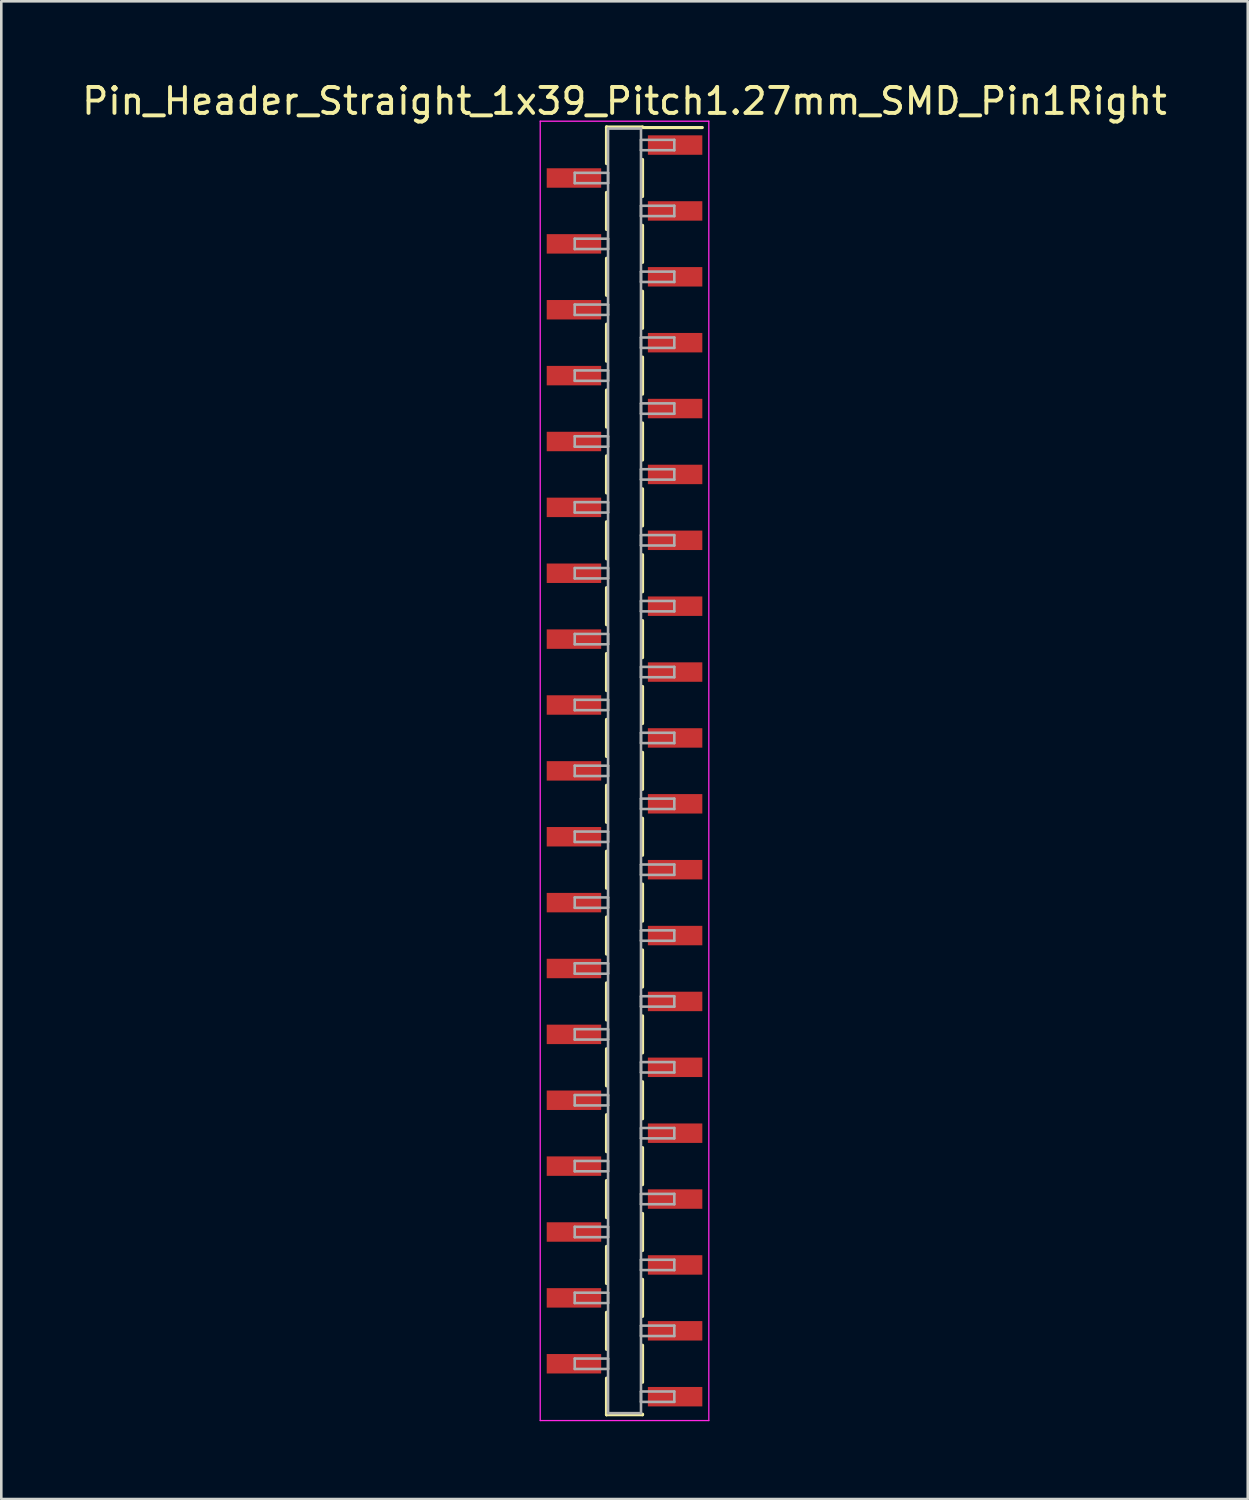
<source format=kicad_pcb>
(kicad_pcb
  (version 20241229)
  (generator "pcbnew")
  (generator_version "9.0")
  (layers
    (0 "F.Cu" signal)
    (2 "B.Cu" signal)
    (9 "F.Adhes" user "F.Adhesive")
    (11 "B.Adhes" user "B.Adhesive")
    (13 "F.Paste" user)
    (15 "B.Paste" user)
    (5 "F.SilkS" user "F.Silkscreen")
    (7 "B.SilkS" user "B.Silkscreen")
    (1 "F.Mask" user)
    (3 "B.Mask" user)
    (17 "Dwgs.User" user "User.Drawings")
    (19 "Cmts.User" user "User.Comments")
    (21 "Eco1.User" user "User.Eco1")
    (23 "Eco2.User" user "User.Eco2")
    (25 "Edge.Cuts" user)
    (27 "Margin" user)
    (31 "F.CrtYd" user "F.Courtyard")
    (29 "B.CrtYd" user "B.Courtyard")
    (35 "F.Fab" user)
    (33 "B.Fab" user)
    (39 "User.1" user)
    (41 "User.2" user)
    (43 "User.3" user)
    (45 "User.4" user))
  (footprint "Pin_Header_Straight_1x39_Pitch1.27mm_SMD_Pin1Right"
    (layer "F.Cu")
    (at 21.03 26.673)
    (property "Reference" "Pin_Header_Straight_1x39_Pitch1.27mm_SMD_Pin1Right" (at 0 -25.825 0) (layer "F.SilkS") (effects (font (size 1 1) (thickness 0.15))))
    (attr smd)
    (fp_line (start -0.695 -24.825) (end -0.695 -23.415) (stroke (width 0.12) (type solid)) (layer "F.SilkS"))
    (fp_line (start -0.695 -24.825) (end 0.695 -24.825) (stroke (width 0.12) (type solid)) (layer "F.SilkS"))
    (fp_line (start -0.695 -24.805) (end -0.695 -24.825) (stroke (width 0.12) (type solid)) (layer "F.SilkS"))
    (fp_line (start -0.695 -22.305) (end -0.695 -20.875) (stroke (width 0.12) (type solid)) (layer "F.SilkS"))
    (fp_line (start -0.695 -19.765) (end -0.695 -18.335) (stroke (width 0.12) (type solid)) (layer "F.SilkS"))
    (fp_line (start -0.695 -17.225) (end -0.695 -15.795) (stroke (width 0.12) (type solid)) (layer "F.SilkS"))
    (fp_line (start -0.695 -14.685) (end -0.695 -13.255) (stroke (width 0.12) (type solid)) (layer "F.SilkS"))
    (fp_line (start -0.695 -12.145) (end -0.695 -10.715) (stroke (width 0.12) (type solid)) (layer "F.SilkS"))
    (fp_line (start -0.695 -9.605) (end -0.695 -8.175) (stroke (width 0.12) (type solid)) (layer "F.SilkS"))
    (fp_line (start -0.695 -7.065) (end -0.695 -5.635) (stroke (width 0.12) (type solid)) (layer "F.SilkS"))
    (fp_line (start -0.695 -4.525) (end -0.695 -3.095) (stroke (width 0.12) (type solid)) (layer "F.SilkS"))
    (fp_line (start -0.695 -1.985) (end -0.695 -0.555) (stroke (width 0.12) (type solid)) (layer "F.SilkS"))
    (fp_line (start -0.695 0.555) (end -0.695 1.985) (stroke (width 0.12) (type solid)) (layer "F.SilkS"))
    (fp_line (start -0.695 3.095) (end -0.695 4.525) (stroke (width 0.12) (type solid)) (layer "F.SilkS"))
    (fp_line (start -0.695 5.635) (end -0.695 7.065) (stroke (width 0.12) (type solid)) (layer "F.SilkS"))
    (fp_line (start -0.695 8.175) (end -0.695 9.605) (stroke (width 0.12) (type solid)) (layer "F.SilkS"))
    (fp_line (start -0.695 10.715) (end -0.695 12.145) (stroke (width 0.12) (type solid)) (layer "F.SilkS"))
    (fp_line (start -0.695 13.255) (end -0.695 14.685) (stroke (width 0.12) (type solid)) (layer "F.SilkS"))
    (fp_line (start -0.695 15.795) (end -0.695 17.225) (stroke (width 0.12) (type solid)) (layer "F.SilkS"))
    (fp_line (start -0.695 18.335) (end -0.695 19.765) (stroke (width 0.12) (type solid)) (layer "F.SilkS"))
    (fp_line (start -0.695 20.875) (end -0.695 22.305) (stroke (width 0.12) (type solid)) (layer "F.SilkS"))
    (fp_line (start -0.695 23.415) (end -0.695 24.825) (stroke (width 0.12) (type solid)) (layer "F.SilkS"))
    (fp_line (start -0.695 24.805) (end -0.695 24.825) (stroke (width 0.12) (type solid)) (layer "F.SilkS"))
    (fp_line (start -0.695 24.825) (end 0.695 24.825) (stroke (width 0.12) (type solid)) (layer "F.SilkS"))
    (fp_line (start 0.695 -24.825) (end 0.695 -24.805) (stroke (width 0.12) (type solid)) (layer "F.SilkS"))
    (fp_line (start 0.695 -24.805) (end 3 -24.805) (stroke (width 0.12) (type solid)) (layer "F.SilkS"))
    (fp_line (start 0.695 -23.575) (end 0.695 -22.145) (stroke (width 0.12) (type solid)) (layer "F.SilkS"))
    (fp_line (start 0.695 -21.035) (end 0.695 -19.605) (stroke (width 0.12) (type solid)) (layer "F.SilkS"))
    (fp_line (start 0.695 -18.495) (end 0.695 -17.065) (stroke (width 0.12) (type solid)) (layer "F.SilkS"))
    (fp_line (start 0.695 -15.955) (end 0.695 -14.525) (stroke (width 0.12) (type solid)) (layer "F.SilkS"))
    (fp_line (start 0.695 -13.415) (end 0.695 -11.985) (stroke (width 0.12) (type solid)) (layer "F.SilkS"))
    (fp_line (start 0.695 -10.875) (end 0.695 -9.445) (stroke (width 0.12) (type solid)) (layer "F.SilkS"))
    (fp_line (start 0.695 -8.335) (end 0.695 -6.905) (stroke (width 0.12) (type solid)) (layer "F.SilkS"))
    (fp_line (start 0.695 -5.795) (end 0.695 -4.365) (stroke (width 0.12) (type solid)) (layer "F.SilkS"))
    (fp_line (start 0.695 -3.255) (end 0.695 -1.825) (stroke (width 0.12) (type solid)) (layer "F.SilkS"))
    (fp_line (start 0.695 -0.715) (end 0.695 0.715) (stroke (width 0.12) (type solid)) (layer "F.SilkS"))
    (fp_line (start 0.695 1.825) (end 0.695 3.255) (stroke (width 0.12) (type solid)) (layer "F.SilkS"))
    (fp_line (start 0.695 4.365) (end 0.695 5.795) (stroke (width 0.12) (type solid)) (layer "F.SilkS"))
    (fp_line (start 0.695 6.905) (end 0.695 8.335) (stroke (width 0.12) (type solid)) (layer "F.SilkS"))
    (fp_line (start 0.695 9.445) (end 0.695 10.875) (stroke (width 0.12) (type solid)) (layer "F.SilkS"))
    (fp_line (start 0.695 11.985) (end 0.695 13.415) (stroke (width 0.12) (type solid)) (layer "F.SilkS"))
    (fp_line (start 0.695 14.525) (end 0.695 15.955) (stroke (width 0.12) (type solid)) (layer "F.SilkS"))
    (fp_line (start 0.695 17.065) (end 0.695 18.495) (stroke (width 0.12) (type solid)) (layer "F.SilkS"))
    (fp_line (start 0.695 19.605) (end 0.695 21.035) (stroke (width 0.12) (type solid)) (layer "F.SilkS"))
    (fp_line (start 0.695 22.145) (end 0.695 23.575) (stroke (width 0.12) (type solid)) (layer "F.SilkS"))
    (fp_line (start 0.695 24.825) (end 0.695 24.805) (stroke (width 0.12) (type solid)) (layer "F.SilkS"))
    (fp_line (start -3.25 -25.05) (end -3.25 25.05) (stroke (width 0.05) (type solid)) (layer "F.CrtYd"))
    (fp_line (start -3.25 25.05) (end 3.25 25.05) (stroke (width 0.05) (type solid)) (layer "F.CrtYd"))
    (fp_line (start 3.25 -25.05) (end -3.25 -25.05) (stroke (width 0.05) (type solid)) (layer "F.CrtYd"))
    (fp_line (start 3.25 25.05) (end 3.25 -25.05) (stroke (width 0.05) (type solid)) (layer "F.CrtYd"))
    (fp_line (start -1.92 -23.06) (end -0.635 -23.06) (stroke (width 0.1) (type solid)) (layer "F.Fab"))
    (fp_line (start -1.92 -22.66) (end -1.92 -23.06) (stroke (width 0.1) (type solid)) (layer "F.Fab"))
    (fp_line (start -1.92 -20.52) (end -0.635 -20.52) (stroke (width 0.1) (type solid)) (layer "F.Fab"))
    (fp_line (start -1.92 -20.12) (end -1.92 -20.52) (stroke (width 0.1) (type solid)) (layer "F.Fab"))
    (fp_line (start -1.92 -17.98) (end -0.635 -17.98) (stroke (width 0.1) (type solid)) (layer "F.Fab"))
    (fp_line (start -1.92 -17.58) (end -1.92 -17.98) (stroke (width 0.1) (type solid)) (layer "F.Fab"))
    (fp_line (start -1.92 -15.44) (end -0.635 -15.44) (stroke (width 0.1) (type solid)) (layer "F.Fab"))
    (fp_line (start -1.92 -15.04) (end -1.92 -15.44) (stroke (width 0.1) (type solid)) (layer "F.Fab"))
    (fp_line (start -1.92 -12.9) (end -0.635 -12.9) (stroke (width 0.1) (type solid)) (layer "F.Fab"))
    (fp_line (start -1.92 -12.5) (end -1.92 -12.9) (stroke (width 0.1) (type solid)) (layer "F.Fab"))
    (fp_line (start -1.92 -10.36) (end -0.635 -10.36) (stroke (width 0.1) (type solid)) (layer "F.Fab"))
    (fp_line (start -1.92 -9.96) (end -1.92 -10.36) (stroke (width 0.1) (type solid)) (layer "F.Fab"))
    (fp_line (start -1.92 -7.82) (end -0.635 -7.82) (stroke (width 0.1) (type solid)) (layer "F.Fab"))
    (fp_line (start -1.92 -7.42) (end -1.92 -7.82) (stroke (width 0.1) (type solid)) (layer "F.Fab"))
    (fp_line (start -1.92 -5.28) (end -0.635 -5.28) (stroke (width 0.1) (type solid)) (layer "F.Fab"))
    (fp_line (start -1.92 -4.88) (end -1.92 -5.28) (stroke (width 0.1) (type solid)) (layer "F.Fab"))
    (fp_line (start -1.92 -2.74) (end -0.635 -2.74) (stroke (width 0.1) (type solid)) (layer "F.Fab"))
    (fp_line (start -1.92 -2.34) (end -1.92 -2.74) (stroke (width 0.1) (type solid)) (layer "F.Fab"))
    (fp_line (start -1.92 -0.2) (end -0.635 -0.2) (stroke (width 0.1) (type solid)) (layer "F.Fab"))
    (fp_line (start -1.92 0.2) (end -1.92 -0.2) (stroke (width 0.1) (type solid)) (layer "F.Fab"))
    (fp_line (start -1.92 2.34) (end -0.635 2.34) (stroke (width 0.1) (type solid)) (layer "F.Fab"))
    (fp_line (start -1.92 2.74) (end -1.92 2.34) (stroke (width 0.1) (type solid)) (layer "F.Fab"))
    (fp_line (start -1.92 4.88) (end -0.635 4.88) (stroke (width 0.1) (type solid)) (layer "F.Fab"))
    (fp_line (start -1.92 5.28) (end -1.92 4.88) (stroke (width 0.1) (type solid)) (layer "F.Fab"))
    (fp_line (start -1.92 7.42) (end -0.635 7.42) (stroke (width 0.1) (type solid)) (layer "F.Fab"))
    (fp_line (start -1.92 7.82) (end -1.92 7.42) (stroke (width 0.1) (type solid)) (layer "F.Fab"))
    (fp_line (start -1.92 9.96) (end -0.635 9.96) (stroke (width 0.1) (type solid)) (layer "F.Fab"))
    (fp_line (start -1.92 10.36) (end -1.92 9.96) (stroke (width 0.1) (type solid)) (layer "F.Fab"))
    (fp_line (start -1.92 12.5) (end -0.635 12.5) (stroke (width 0.1) (type solid)) (layer "F.Fab"))
    (fp_line (start -1.92 12.9) (end -1.92 12.5) (stroke (width 0.1) (type solid)) (layer "F.Fab"))
    (fp_line (start -1.92 15.04) (end -0.635 15.04) (stroke (width 0.1) (type solid)) (layer "F.Fab"))
    (fp_line (start -1.92 15.44) (end -1.92 15.04) (stroke (width 0.1) (type solid)) (layer "F.Fab"))
    (fp_line (start -1.92 17.58) (end -0.635 17.58) (stroke (width 0.1) (type solid)) (layer "F.Fab"))
    (fp_line (start -1.92 17.98) (end -1.92 17.58) (stroke (width 0.1) (type solid)) (layer "F.Fab"))
    (fp_line (start -1.92 20.12) (end -0.635 20.12) (stroke (width 0.1) (type solid)) (layer "F.Fab"))
    (fp_line (start -1.92 20.52) (end -1.92 20.12) (stroke (width 0.1) (type solid)) (layer "F.Fab"))
    (fp_line (start -1.92 22.66) (end -0.635 22.66) (stroke (width 0.1) (type solid)) (layer "F.Fab"))
    (fp_line (start -1.92 23.06) (end -1.92 22.66) (stroke (width 0.1) (type solid)) (layer "F.Fab"))
    (fp_line (start -0.635 -24.765) (end -0.635 24.765) (stroke (width 0.1) (type solid)) (layer "F.Fab"))
    (fp_line (start -0.635 -23.06) (end -0.635 -22.66) (stroke (width 0.1) (type solid)) (layer "F.Fab"))
    (fp_line (start -0.635 -22.66) (end -1.92 -22.66) (stroke (width 0.1) (type solid)) (layer "F.Fab"))
    (fp_line (start -0.635 -20.52) (end -0.635 -20.12) (stroke (width 0.1) (type solid)) (layer "F.Fab"))
    (fp_line (start -0.635 -20.12) (end -1.92 -20.12) (stroke (width 0.1) (type solid)) (layer "F.Fab"))
    (fp_line (start -0.635 -17.98) (end -0.635 -17.58) (stroke (width 0.1) (type solid)) (layer "F.Fab"))
    (fp_line (start -0.635 -17.58) (end -1.92 -17.58) (stroke (width 0.1) (type solid)) (layer "F.Fab"))
    (fp_line (start -0.635 -15.44) (end -0.635 -15.04) (stroke (width 0.1) (type solid)) (layer "F.Fab"))
    (fp_line (start -0.635 -15.04) (end -1.92 -15.04) (stroke (width 0.1) (type solid)) (layer "F.Fab"))
    (fp_line (start -0.635 -12.9) (end -0.635 -12.5) (stroke (width 0.1) (type solid)) (layer "F.Fab"))
    (fp_line (start -0.635 -12.5) (end -1.92 -12.5) (stroke (width 0.1) (type solid)) (layer "F.Fab"))
    (fp_line (start -0.635 -10.36) (end -0.635 -9.96) (stroke (width 0.1) (type solid)) (layer "F.Fab"))
    (fp_line (start -0.635 -9.96) (end -1.92 -9.96) (stroke (width 0.1) (type solid)) (layer "F.Fab"))
    (fp_line (start -0.635 -7.82) (end -0.635 -7.42) (stroke (width 0.1) (type solid)) (layer "F.Fab"))
    (fp_line (start -0.635 -7.42) (end -1.92 -7.42) (stroke (width 0.1) (type solid)) (layer "F.Fab"))
    (fp_line (start -0.635 -5.28) (end -0.635 -4.88) (stroke (width 0.1) (type solid)) (layer "F.Fab"))
    (fp_line (start -0.635 -4.88) (end -1.92 -4.88) (stroke (width 0.1) (type solid)) (layer "F.Fab"))
    (fp_line (start -0.635 -2.74) (end -0.635 -2.34) (stroke (width 0.1) (type solid)) (layer "F.Fab"))
    (fp_line (start -0.635 -2.34) (end -1.92 -2.34) (stroke (width 0.1) (type solid)) (layer "F.Fab"))
    (fp_line (start -0.635 -0.2) (end -0.635 0.2) (stroke (width 0.1) (type solid)) (layer "F.Fab"))
    (fp_line (start -0.635 0.2) (end -1.92 0.2) (stroke (width 0.1) (type solid)) (layer "F.Fab"))
    (fp_line (start -0.635 2.34) (end -0.635 2.74) (stroke (width 0.1) (type solid)) (layer "F.Fab"))
    (fp_line (start -0.635 2.74) (end -1.92 2.74) (stroke (width 0.1) (type solid)) (layer "F.Fab"))
    (fp_line (start -0.635 4.88) (end -0.635 5.28) (stroke (width 0.1) (type solid)) (layer "F.Fab"))
    (fp_line (start -0.635 5.28) (end -1.92 5.28) (stroke (width 0.1) (type solid)) (layer "F.Fab"))
    (fp_line (start -0.635 7.42) (end -0.635 7.82) (stroke (width 0.1) (type solid)) (layer "F.Fab"))
    (fp_line (start -0.635 7.82) (end -1.92 7.82) (stroke (width 0.1) (type solid)) (layer "F.Fab"))
    (fp_line (start -0.635 9.96) (end -0.635 10.36) (stroke (width 0.1) (type solid)) (layer "F.Fab"))
    (fp_line (start -0.635 10.36) (end -1.92 10.36) (stroke (width 0.1) (type solid)) (layer "F.Fab"))
    (fp_line (start -0.635 12.5) (end -0.635 12.9) (stroke (width 0.1) (type solid)) (layer "F.Fab"))
    (fp_line (start -0.635 12.9) (end -1.92 12.9) (stroke (width 0.1) (type solid)) (layer "F.Fab"))
    (fp_line (start -0.635 15.04) (end -0.635 15.44) (stroke (width 0.1) (type solid)) (layer "F.Fab"))
    (fp_line (start -0.635 15.44) (end -1.92 15.44) (stroke (width 0.1) (type solid)) (layer "F.Fab"))
    (fp_line (start -0.635 17.58) (end -0.635 17.98) (stroke (width 0.1) (type solid)) (layer "F.Fab"))
    (fp_line (start -0.635 17.98) (end -1.92 17.98) (stroke (width 0.1) (type solid)) (layer "F.Fab"))
    (fp_line (start -0.635 20.12) (end -0.635 20.52) (stroke (width 0.1) (type solid)) (layer "F.Fab"))
    (fp_line (start -0.635 20.52) (end -1.92 20.52) (stroke (width 0.1) (type solid)) (layer "F.Fab"))
    (fp_line (start -0.635 22.66) (end -0.635 23.06) (stroke (width 0.1) (type solid)) (layer "F.Fab"))
    (fp_line (start -0.635 23.06) (end -1.92 23.06) (stroke (width 0.1) (type solid)) (layer "F.Fab"))
    (fp_line (start -0.635 24.765) (end 0.635 24.765) (stroke (width 0.1) (type solid)) (layer "F.Fab"))
    (fp_line (start 0.635 -24.765) (end -0.635 -24.765) (stroke (width 0.1) (type solid)) (layer "F.Fab"))
    (fp_line (start 0.635 -24.33) (end 0.635 -23.93) (stroke (width 0.1) (type solid)) (layer "F.Fab"))
    (fp_line (start 0.635 -23.93) (end 1.92 -23.93) (stroke (width 0.1) (type solid)) (layer "F.Fab"))
    (fp_line (start 0.635 -21.79) (end 0.635 -21.39) (stroke (width 0.1) (type solid)) (layer "F.Fab"))
    (fp_line (start 0.635 -21.39) (end 1.92 -21.39) (stroke (width 0.1) (type solid)) (layer "F.Fab"))
    (fp_line (start 0.635 -19.25) (end 0.635 -18.85) (stroke (width 0.1) (type solid)) (layer "F.Fab"))
    (fp_line (start 0.635 -18.85) (end 1.92 -18.85) (stroke (width 0.1) (type solid)) (layer "F.Fab"))
    (fp_line (start 0.635 -16.71) (end 0.635 -16.31) (stroke (width 0.1) (type solid)) (layer "F.Fab"))
    (fp_line (start 0.635 -16.31) (end 1.92 -16.31) (stroke (width 0.1) (type solid)) (layer "F.Fab"))
    (fp_line (start 0.635 -14.17) (end 0.635 -13.77) (stroke (width 0.1) (type solid)) (layer "F.Fab"))
    (fp_line (start 0.635 -13.77) (end 1.92 -13.77) (stroke (width 0.1) (type solid)) (layer "F.Fab"))
    (fp_line (start 0.635 -11.63) (end 0.635 -11.23) (stroke (width 0.1) (type solid)) (layer "F.Fab"))
    (fp_line (start 0.635 -11.23) (end 1.92 -11.23) (stroke (width 0.1) (type solid)) (layer "F.Fab"))
    (fp_line (start 0.635 -9.09) (end 0.635 -8.69) (stroke (width 0.1) (type solid)) (layer "F.Fab"))
    (fp_line (start 0.635 -8.69) (end 1.92 -8.69) (stroke (width 0.1) (type solid)) (layer "F.Fab"))
    (fp_line (start 0.635 -6.55) (end 0.635 -6.15) (stroke (width 0.1) (type solid)) (layer "F.Fab"))
    (fp_line (start 0.635 -6.15) (end 1.92 -6.15) (stroke (width 0.1) (type solid)) (layer "F.Fab"))
    (fp_line (start 0.635 -4.01) (end 0.635 -3.61) (stroke (width 0.1) (type solid)) (layer "F.Fab"))
    (fp_line (start 0.635 -3.61) (end 1.92 -3.61) (stroke (width 0.1) (type solid)) (layer "F.Fab"))
    (fp_line (start 0.635 -1.47) (end 0.635 -1.07) (stroke (width 0.1) (type solid)) (layer "F.Fab"))
    (fp_line (start 0.635 -1.07) (end 1.92 -1.07) (stroke (width 0.1) (type solid)) (layer "F.Fab"))
    (fp_line (start 0.635 1.07) (end 0.635 1.47) (stroke (width 0.1) (type solid)) (layer "F.Fab"))
    (fp_line (start 0.635 1.47) (end 1.92 1.47) (stroke (width 0.1) (type solid)) (layer "F.Fab"))
    (fp_line (start 0.635 3.61) (end 0.635 4.01) (stroke (width 0.1) (type solid)) (layer "F.Fab"))
    (fp_line (start 0.635 4.01) (end 1.92 4.01) (stroke (width 0.1) (type solid)) (layer "F.Fab"))
    (fp_line (start 0.635 6.15) (end 0.635 6.55) (stroke (width 0.1) (type solid)) (layer "F.Fab"))
    (fp_line (start 0.635 6.55) (end 1.92 6.55) (stroke (width 0.1) (type solid)) (layer "F.Fab"))
    (fp_line (start 0.635 8.69) (end 0.635 9.09) (stroke (width 0.1) (type solid)) (layer "F.Fab"))
    (fp_line (start 0.635 9.09) (end 1.92 9.09) (stroke (width 0.1) (type solid)) (layer "F.Fab"))
    (fp_line (start 0.635 11.23) (end 0.635 11.63) (stroke (width 0.1) (type solid)) (layer "F.Fab"))
    (fp_line (start 0.635 11.63) (end 1.92 11.63) (stroke (width 0.1) (type solid)) (layer "F.Fab"))
    (fp_line (start 0.635 13.77) (end 0.635 14.17) (stroke (width 0.1) (type solid)) (layer "F.Fab"))
    (fp_line (start 0.635 14.17) (end 1.92 14.17) (stroke (width 0.1) (type solid)) (layer "F.Fab"))
    (fp_line (start 0.635 16.31) (end 0.635 16.71) (stroke (width 0.1) (type solid)) (layer "F.Fab"))
    (fp_line (start 0.635 16.71) (end 1.92 16.71) (stroke (width 0.1) (type solid)) (layer "F.Fab"))
    (fp_line (start 0.635 18.85) (end 0.635 19.25) (stroke (width 0.1) (type solid)) (layer "F.Fab"))
    (fp_line (start 0.635 19.25) (end 1.92 19.25) (stroke (width 0.1) (type solid)) (layer "F.Fab"))
    (fp_line (start 0.635 21.39) (end 0.635 21.79) (stroke (width 0.1) (type solid)) (layer "F.Fab"))
    (fp_line (start 0.635 21.79) (end 1.92 21.79) (stroke (width 0.1) (type solid)) (layer "F.Fab"))
    (fp_line (start 0.635 23.93) (end 0.635 24.33) (stroke (width 0.1) (type solid)) (layer "F.Fab"))
    (fp_line (start 0.635 24.33) (end 1.92 24.33) (stroke (width 0.1) (type solid)) (layer "F.Fab"))
    (fp_line (start 0.635 24.765) (end 0.635 -24.765) (stroke (width 0.1) (type solid)) (layer "F.Fab"))
    (fp_line (start 1.92 -24.33) (end 0.635 -24.33) (stroke (width 0.1) (type solid)) (layer "F.Fab"))
    (fp_line (start 1.92 -23.93) (end 1.92 -24.33) (stroke (width 0.1) (type solid)) (layer "F.Fab"))
    (fp_line (start 1.92 -21.79) (end 0.635 -21.79) (stroke (width 0.1) (type solid)) (layer "F.Fab"))
    (fp_line (start 1.92 -21.39) (end 1.92 -21.79) (stroke (width 0.1) (type solid)) (layer "F.Fab"))
    (fp_line (start 1.92 -19.25) (end 0.635 -19.25) (stroke (width 0.1) (type solid)) (layer "F.Fab"))
    (fp_line (start 1.92 -18.85) (end 1.92 -19.25) (stroke (width 0.1) (type solid)) (layer "F.Fab"))
    (fp_line (start 1.92 -16.71) (end 0.635 -16.71) (stroke (width 0.1) (type solid)) (layer "F.Fab"))
    (fp_line (start 1.92 -16.31) (end 1.92 -16.71) (stroke (width 0.1) (type solid)) (layer "F.Fab"))
    (fp_line (start 1.92 -14.17) (end 0.635 -14.17) (stroke (width 0.1) (type solid)) (layer "F.Fab"))
    (fp_line (start 1.92 -13.77) (end 1.92 -14.17) (stroke (width 0.1) (type solid)) (layer "F.Fab"))
    (fp_line (start 1.92 -11.63) (end 0.635 -11.63) (stroke (width 0.1) (type solid)) (layer "F.Fab"))
    (fp_line (start 1.92 -11.23) (end 1.92 -11.63) (stroke (width 0.1) (type solid)) (layer "F.Fab"))
    (fp_line (start 1.92 -9.09) (end 0.635 -9.09) (stroke (width 0.1) (type solid)) (layer "F.Fab"))
    (fp_line (start 1.92 -8.69) (end 1.92 -9.09) (stroke (width 0.1) (type solid)) (layer "F.Fab"))
    (fp_line (start 1.92 -6.55) (end 0.635 -6.55) (stroke (width 0.1) (type solid)) (layer "F.Fab"))
    (fp_line (start 1.92 -6.15) (end 1.92 -6.55) (stroke (width 0.1) (type solid)) (layer "F.Fab"))
    (fp_line (start 1.92 -4.01) (end 0.635 -4.01) (stroke (width 0.1) (type solid)) (layer "F.Fab"))
    (fp_line (start 1.92 -3.61) (end 1.92 -4.01) (stroke (width 0.1) (type solid)) (layer "F.Fab"))
    (fp_line (start 1.92 -1.47) (end 0.635 -1.47) (stroke (width 0.1) (type solid)) (layer "F.Fab"))
    (fp_line (start 1.92 -1.07) (end 1.92 -1.47) (stroke (width 0.1) (type solid)) (layer "F.Fab"))
    (fp_line (start 1.92 1.07) (end 0.635 1.07) (stroke (width 0.1) (type solid)) (layer "F.Fab"))
    (fp_line (start 1.92 1.47) (end 1.92 1.07) (stroke (width 0.1) (type solid)) (layer "F.Fab"))
    (fp_line (start 1.92 3.61) (end 0.635 3.61) (stroke (width 0.1) (type solid)) (layer "F.Fab"))
    (fp_line (start 1.92 4.01) (end 1.92 3.61) (stroke (width 0.1) (type solid)) (layer "F.Fab"))
    (fp_line (start 1.92 6.15) (end 0.635 6.15) (stroke (width 0.1) (type solid)) (layer "F.Fab"))
    (fp_line (start 1.92 6.55) (end 1.92 6.15) (stroke (width 0.1) (type solid)) (layer "F.Fab"))
    (fp_line (start 1.92 8.69) (end 0.635 8.69) (stroke (width 0.1) (type solid)) (layer "F.Fab"))
    (fp_line (start 1.92 9.09) (end 1.92 8.69) (stroke (width 0.1) (type solid)) (layer "F.Fab"))
    (fp_line (start 1.92 11.23) (end 0.635 11.23) (stroke (width 0.1) (type solid)) (layer "F.Fab"))
    (fp_line (start 1.92 11.63) (end 1.92 11.23) (stroke (width 0.1) (type solid)) (layer "F.Fab"))
    (fp_line (start 1.92 13.77) (end 0.635 13.77) (stroke (width 0.1) (type solid)) (layer "F.Fab"))
    (fp_line (start 1.92 14.17) (end 1.92 13.77) (stroke (width 0.1) (type solid)) (layer "F.Fab"))
    (fp_line (start 1.92 16.31) (end 0.635 16.31) (stroke (width 0.1) (type solid)) (layer "F.Fab"))
    (fp_line (start 1.92 16.71) (end 1.92 16.31) (stroke (width 0.1) (type solid)) (layer "F.Fab"))
    (fp_line (start 1.92 18.85) (end 0.635 18.85) (stroke (width 0.1) (type solid)) (layer "F.Fab"))
    (fp_line (start 1.92 19.25) (end 1.92 18.85) (stroke (width 0.1) (type solid)) (layer "F.Fab"))
    (fp_line (start 1.92 21.39) (end 0.635 21.39) (stroke (width 0.1) (type solid)) (layer "F.Fab"))
    (fp_line (start 1.92 21.79) (end 1.92 21.39) (stroke (width 0.1) (type solid)) (layer "F.Fab"))
    (fp_line (start 1.92 23.93) (end 0.635 23.93) (stroke (width 0.1) (type solid)) (layer "F.Fab"))
    (fp_line (start 1.92 24.33) (end 1.92 23.93) (stroke (width 0.1) (type solid)) (layer "F.Fab"))
    (pad "1" smd rect (at 1.95 -24.13) (size 2.1 0.75) (layers "F.Cu" "F.Mask"))
    (pad "2" smd rect (at -1.95 -22.86) (size 2.1 0.75) (layers "F.Cu" "F.Mask"))
    (pad "3" smd rect (at 1.95 -21.59) (size 2.1 0.75) (layers "F.Cu" "F.Mask"))
    (pad "4" smd rect (at -1.95 -20.32) (size 2.1 0.75) (layers "F.Cu" "F.Mask"))
    (pad "5" smd rect (at 1.95 -19.05) (size 2.1 0.75) (layers "F.Cu" "F.Mask"))
    (pad "6" smd rect (at -1.95 -17.78) (size 2.1 0.75) (layers "F.Cu" "F.Mask"))
    (pad "7" smd rect (at 1.95 -16.51) (size 2.1 0.75) (layers "F.Cu" "F.Mask"))
    (pad "8" smd rect (at -1.95 -15.24) (size 2.1 0.75) (layers "F.Cu" "F.Mask"))
    (pad "9" smd rect (at 1.95 -13.97) (size 2.1 0.75) (layers "F.Cu" "F.Mask"))
    (pad "10" smd rect (at -1.95 -12.7) (size 2.1 0.75) (layers "F.Cu" "F.Mask"))
    (pad "11" smd rect (at 1.95 -11.43) (size 2.1 0.75) (layers "F.Cu" "F.Mask"))
    (pad "12" smd rect (at -1.95 -10.16) (size 2.1 0.75) (layers "F.Cu" "F.Mask"))
    (pad "13" smd rect (at 1.95 -8.89) (size 2.1 0.75) (layers "F.Cu" "F.Mask"))
    (pad "14" smd rect (at -1.95 -7.62) (size 2.1 0.75) (layers "F.Cu" "F.Mask"))
    (pad "15" smd rect (at 1.95 -6.35) (size 2.1 0.75) (layers "F.Cu" "F.Mask"))
    (pad "16" smd rect (at -1.95 -5.08) (size 2.1 0.75) (layers "F.Cu" "F.Mask"))
    (pad "17" smd rect (at 1.95 -3.81) (size 2.1 0.75) (layers "F.Cu" "F.Mask"))
    (pad "18" smd rect (at -1.95 -2.54) (size 2.1 0.75) (layers "F.Cu" "F.Mask"))
    (pad "19" smd rect (at 1.95 -1.27) (size 2.1 0.75) (layers "F.Cu" "F.Mask"))
    (pad "20" smd rect (at -1.95 0) (size 2.1 0.75) (layers "F.Cu" "F.Mask"))
    (pad "21" smd rect (at 1.95 1.27) (size 2.1 0.75) (layers "F.Cu" "F.Mask"))
    (pad "22" smd rect (at -1.95 2.54) (size 2.1 0.75) (layers "F.Cu" "F.Mask"))
    (pad "23" smd rect (at 1.95 3.81) (size 2.1 0.75) (layers "F.Cu" "F.Mask"))
    (pad "24" smd rect (at -1.95 5.08) (size 2.1 0.75) (layers "F.Cu" "F.Mask"))
    (pad "25" smd rect (at 1.95 6.35) (size 2.1 0.75) (layers "F.Cu" "F.Mask"))
    (pad "26" smd rect (at -1.95 7.62) (size 2.1 0.75) (layers "F.Cu" "F.Mask"))
    (pad "27" smd rect (at 1.95 8.89) (size 2.1 0.75) (layers "F.Cu" "F.Mask"))
    (pad "28" smd rect (at -1.95 10.16) (size 2.1 0.75) (layers "F.Cu" "F.Mask"))
    (pad "29" smd rect (at 1.95 11.43) (size 2.1 0.75) (layers "F.Cu" "F.Mask"))
    (pad "30" smd rect (at -1.95 12.7) (size 2.1 0.75) (layers "F.Cu" "F.Mask"))
    (pad "31" smd rect (at 1.95 13.97) (size 2.1 0.75) (layers "F.Cu" "F.Mask"))
    (pad "32" smd rect (at -1.95 15.24) (size 2.1 0.75) (layers "F.Cu" "F.Mask"))
    (pad "33" smd rect (at 1.95 16.51) (size 2.1 0.75) (layers "F.Cu" "F.Mask"))
    (pad "34" smd rect (at -1.95 17.78) (size 2.1 0.75) (layers "F.Cu" "F.Mask"))
    (pad "35" smd rect (at 1.95 19.05) (size 2.1 0.75) (layers "F.Cu" "F.Mask"))
    (pad "36" smd rect (at -1.95 20.32) (size 2.1 0.75) (layers "F.Cu" "F.Mask"))
    (pad "37" smd rect (at 1.95 21.59) (size 2.1 0.75) (layers "F.Cu" "F.Mask"))
    (pad "38" smd rect (at -1.95 22.86) (size 2.1 0.75) (layers "F.Cu" "F.Mask"))
    (pad "39" smd rect (at 1.95 24.13) (size 2.1 0.75) (layers "F.Cu" "F.Mask")))
  (gr_rect
    (start -3 -3)
    (end 45.06 54.748)
    (stroke (width 0.1) (type default))
    (fill no)
    (layer "Edge.Cuts")))
</source>
